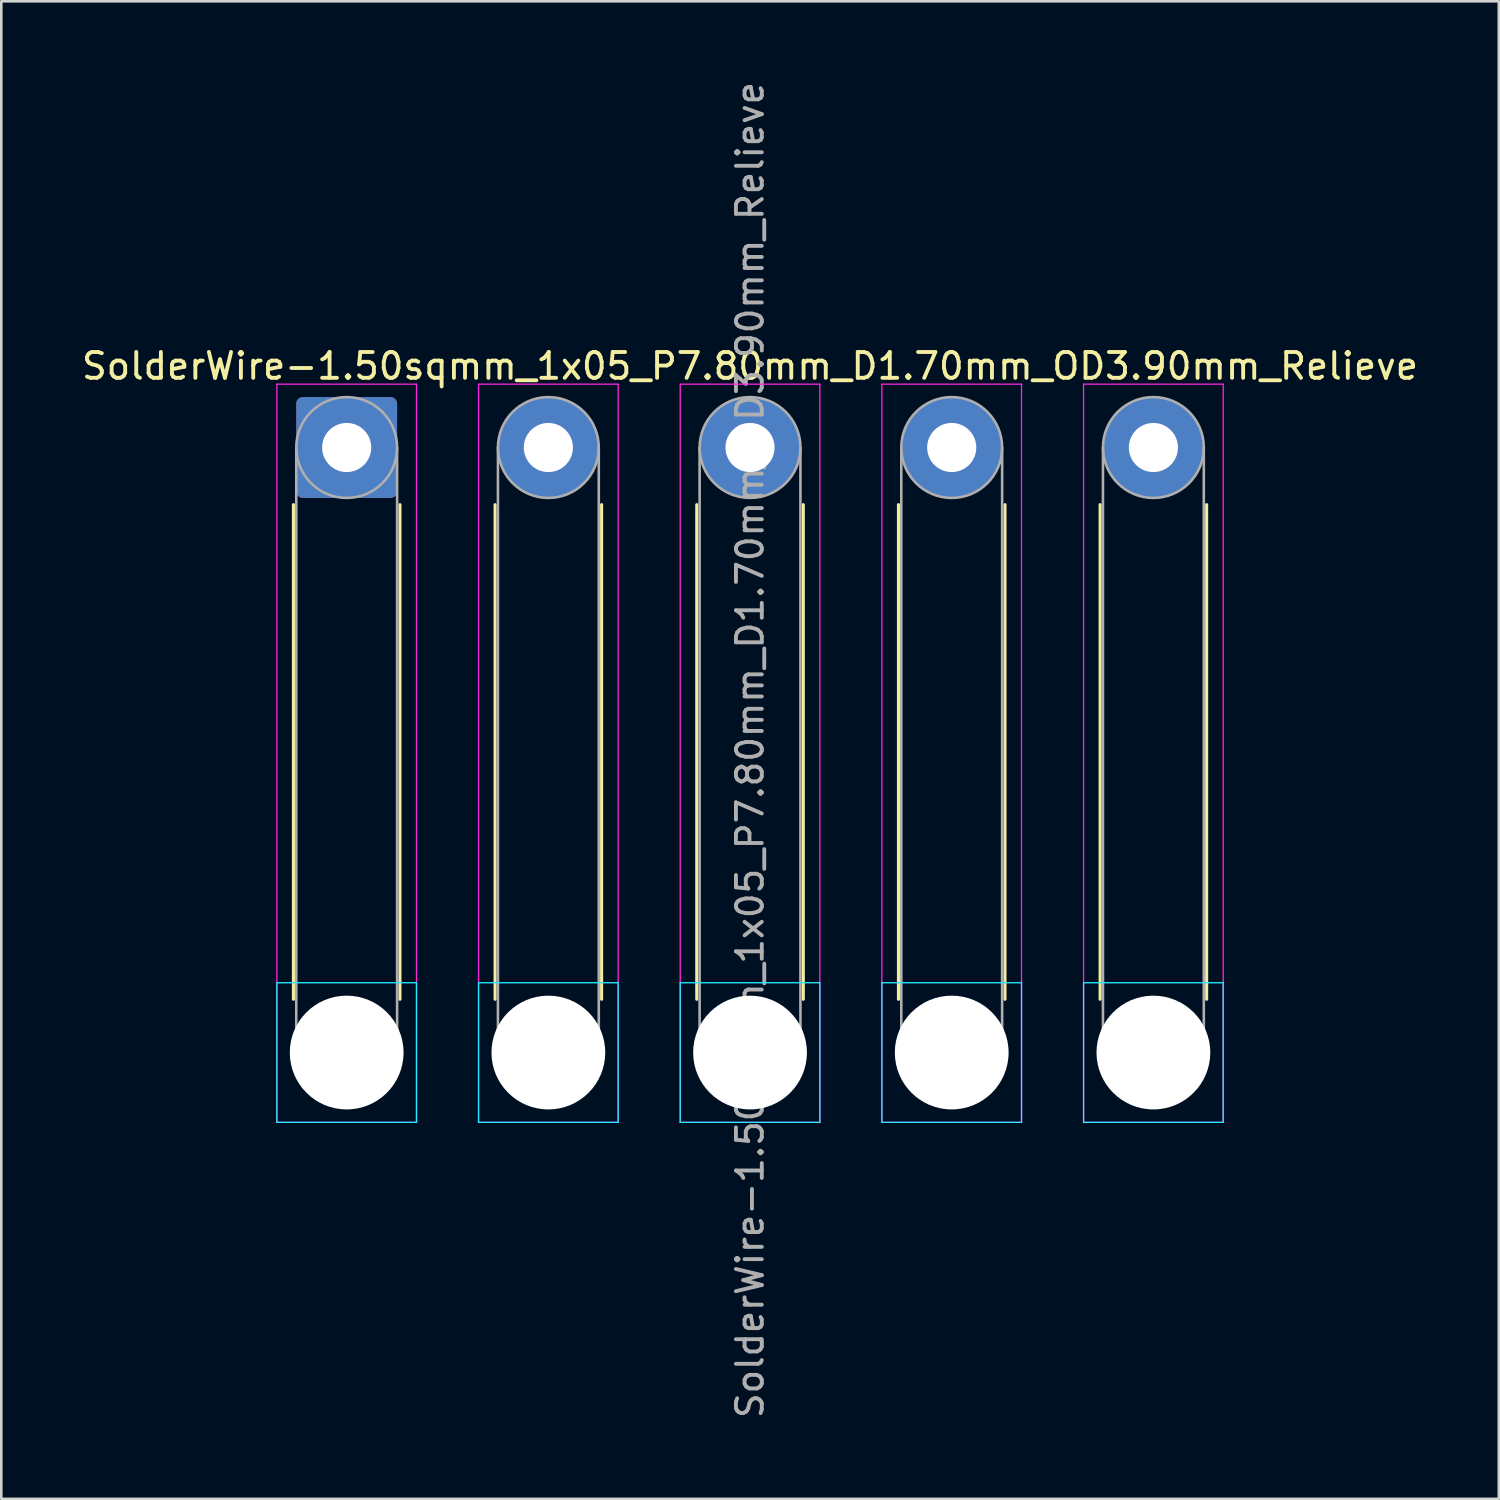
<source format=kicad_pcb>
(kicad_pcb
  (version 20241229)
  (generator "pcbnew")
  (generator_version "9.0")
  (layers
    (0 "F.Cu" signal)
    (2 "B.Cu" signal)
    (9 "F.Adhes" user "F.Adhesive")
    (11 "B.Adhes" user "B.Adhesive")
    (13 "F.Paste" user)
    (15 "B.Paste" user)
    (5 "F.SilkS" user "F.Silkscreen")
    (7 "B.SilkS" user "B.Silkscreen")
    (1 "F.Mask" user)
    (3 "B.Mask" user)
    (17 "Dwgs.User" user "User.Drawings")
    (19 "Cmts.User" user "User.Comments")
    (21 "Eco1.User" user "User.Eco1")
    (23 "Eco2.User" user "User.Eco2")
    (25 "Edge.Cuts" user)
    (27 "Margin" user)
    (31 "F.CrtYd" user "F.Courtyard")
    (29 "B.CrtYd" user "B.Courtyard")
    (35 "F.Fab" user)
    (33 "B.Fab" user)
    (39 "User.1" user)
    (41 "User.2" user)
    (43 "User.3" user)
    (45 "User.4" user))
  (footprint "SolderWire-1.50sqmm_1x05_P7.80mm_D1.70mm_OD3.90mm_Relieve"
    (layer "F.Cu")
    (at 10.358 14.258)
    (property "Reference" "SolderWire-1.50sqmm_1x05_P7.80mm_D1.70mm_OD3.90mm_Relieve" (at 15.6 -3.15 0) (layer "F.SilkS") (effects (font (size 1 1) (thickness 0.15))))
    (attr exclude_from_pos_files exclude_from_bom)
    (fp_line (start -2.06 2.21) (end -2.06 21.34) (stroke (width 0.12) (type solid)) (layer "F.SilkS"))
    (fp_line (start 2.06 2.21) (end 2.06 21.34) (stroke (width 0.12) (type solid)) (layer "F.SilkS"))
    (fp_line (start 5.74 2.21) (end 5.74 21.34) (stroke (width 0.12) (type solid)) (layer "F.SilkS"))
    (fp_line (start 9.86 2.21) (end 9.86 21.34) (stroke (width 0.12) (type solid)) (layer "F.SilkS"))
    (fp_line (start 13.54 2.21) (end 13.54 21.34) (stroke (width 0.12) (type solid)) (layer "F.SilkS"))
    (fp_line (start 17.66 2.21) (end 17.66 21.34) (stroke (width 0.12) (type solid)) (layer "F.SilkS"))
    (fp_line (start 21.34 2.21) (end 21.34 21.34) (stroke (width 0.12) (type solid)) (layer "F.SilkS"))
    (fp_line (start 25.46 2.21) (end 25.46 21.34) (stroke (width 0.12) (type solid)) (layer "F.SilkS"))
    (fp_line (start 29.14 2.21) (end 29.14 21.34) (stroke (width 0.12) (type solid)) (layer "F.SilkS"))
    (fp_line (start 33.26 2.21) (end 33.26 21.34) (stroke (width 0.12) (type solid)) (layer "F.SilkS"))
    (fp_line (start -2.7 20.7) (end -2.7 26.1) (stroke (width 0.05) (type solid)) (layer "B.CrtYd"))
    (fp_line (start -2.7 26.1) (end 2.7 26.1) (stroke (width 0.05) (type solid)) (layer "B.CrtYd"))
    (fp_line (start 2.7 20.7) (end -2.7 20.7) (stroke (width 0.05) (type solid)) (layer "B.CrtYd"))
    (fp_line (start 2.7 26.1) (end 2.7 20.7) (stroke (width 0.05) (type solid)) (layer "B.CrtYd"))
    (fp_line (start 5.1 20.7) (end 5.1 26.1) (stroke (width 0.05) (type solid)) (layer "B.CrtYd"))
    (fp_line (start 5.1 26.1) (end 10.5 26.1) (stroke (width 0.05) (type solid)) (layer "B.CrtYd"))
    (fp_line (start 10.5 20.7) (end 5.1 20.7) (stroke (width 0.05) (type solid)) (layer "B.CrtYd"))
    (fp_line (start 10.5 26.1) (end 10.5 20.7) (stroke (width 0.05) (type solid)) (layer "B.CrtYd"))
    (fp_line (start 12.9 20.7) (end 12.9 26.1) (stroke (width 0.05) (type solid)) (layer "B.CrtYd"))
    (fp_line (start 12.9 26.1) (end 18.3 26.1) (stroke (width 0.05) (type solid)) (layer "B.CrtYd"))
    (fp_line (start 18.3 20.7) (end 12.9 20.7) (stroke (width 0.05) (type solid)) (layer "B.CrtYd"))
    (fp_line (start 18.3 26.1) (end 18.3 20.7) (stroke (width 0.05) (type solid)) (layer "B.CrtYd"))
    (fp_line (start 20.7 20.7) (end 20.7 26.1) (stroke (width 0.05) (type solid)) (layer "B.CrtYd"))
    (fp_line (start 20.7 26.1) (end 26.1 26.1) (stroke (width 0.05) (type solid)) (layer "B.CrtYd"))
    (fp_line (start 26.1 20.7) (end 20.7 20.7) (stroke (width 0.05) (type solid)) (layer "B.CrtYd"))
    (fp_line (start 26.1 26.1) (end 26.1 20.7) (stroke (width 0.05) (type solid)) (layer "B.CrtYd"))
    (fp_line (start 28.5 20.7) (end 28.5 26.1) (stroke (width 0.05) (type solid)) (layer "B.CrtYd"))
    (fp_line (start 28.5 26.1) (end 33.9 26.1) (stroke (width 0.05) (type solid)) (layer "B.CrtYd"))
    (fp_line (start 33.9 20.7) (end 28.5 20.7) (stroke (width 0.05) (type solid)) (layer "B.CrtYd"))
    (fp_line (start 33.9 26.1) (end 33.9 20.7) (stroke (width 0.05) (type solid)) (layer "B.CrtYd"))
    (fp_line (start -2.7 -2.45) (end -2.7 26.1) (stroke (width 0.05) (type solid)) (layer "F.CrtYd"))
    (fp_line (start -2.7 26.1) (end 2.7 26.1) (stroke (width 0.05) (type solid)) (layer "F.CrtYd"))
    (fp_line (start 2.7 -2.45) (end -2.7 -2.45) (stroke (width 0.05) (type solid)) (layer "F.CrtYd"))
    (fp_line (start 2.7 26.1) (end 2.7 -2.45) (stroke (width 0.05) (type solid)) (layer "F.CrtYd"))
    (fp_line (start 5.1 -2.45) (end 5.1 26.1) (stroke (width 0.05) (type solid)) (layer "F.CrtYd"))
    (fp_line (start 5.1 26.1) (end 10.5 26.1) (stroke (width 0.05) (type solid)) (layer "F.CrtYd"))
    (fp_line (start 10.5 -2.45) (end 5.1 -2.45) (stroke (width 0.05) (type solid)) (layer "F.CrtYd"))
    (fp_line (start 10.5 26.1) (end 10.5 -2.45) (stroke (width 0.05) (type solid)) (layer "F.CrtYd"))
    (fp_line (start 12.9 -2.45) (end 12.9 26.1) (stroke (width 0.05) (type solid)) (layer "F.CrtYd"))
    (fp_line (start 12.9 26.1) (end 18.3 26.1) (stroke (width 0.05) (type solid)) (layer "F.CrtYd"))
    (fp_line (start 18.3 -2.45) (end 12.9 -2.45) (stroke (width 0.05) (type solid)) (layer "F.CrtYd"))
    (fp_line (start 18.3 26.1) (end 18.3 -2.45) (stroke (width 0.05) (type solid)) (layer "F.CrtYd"))
    (fp_line (start 20.7 -2.45) (end 20.7 26.1) (stroke (width 0.05) (type solid)) (layer "F.CrtYd"))
    (fp_line (start 20.7 26.1) (end 26.1 26.1) (stroke (width 0.05) (type solid)) (layer "F.CrtYd"))
    (fp_line (start 26.1 -2.45) (end 20.7 -2.45) (stroke (width 0.05) (type solid)) (layer "F.CrtYd"))
    (fp_line (start 26.1 26.1) (end 26.1 -2.45) (stroke (width 0.05) (type solid)) (layer "F.CrtYd"))
    (fp_line (start 28.5 -2.45) (end 28.5 26.1) (stroke (width 0.05) (type solid)) (layer "F.CrtYd"))
    (fp_line (start 28.5 26.1) (end 33.9 26.1) (stroke (width 0.05) (type solid)) (layer "F.CrtYd"))
    (fp_line (start 33.9 -2.45) (end 28.5 -2.45) (stroke (width 0.05) (type solid)) (layer "F.CrtYd"))
    (fp_line (start 33.9 26.1) (end 33.9 -2.45) (stroke (width 0.05) (type solid)) (layer "F.CrtYd"))
    (fp_line (start -1.95 0) (end -1.95 23.4) (stroke (width 0.1) (type solid)) (layer "F.Fab"))
    (fp_line (start 1.95 0) (end 1.95 23.4) (stroke (width 0.1) (type solid)) (layer "F.Fab"))
    (fp_line (start 5.85 0) (end 5.85 23.4) (stroke (width 0.1) (type solid)) (layer "F.Fab"))
    (fp_line (start 9.75 0) (end 9.75 23.4) (stroke (width 0.1) (type solid)) (layer "F.Fab"))
    (fp_line (start 13.65 0) (end 13.65 23.4) (stroke (width 0.1) (type solid)) (layer "F.Fab"))
    (fp_line (start 17.55 0) (end 17.55 23.4) (stroke (width 0.1) (type solid)) (layer "F.Fab"))
    (fp_line (start 21.45 0) (end 21.45 23.4) (stroke (width 0.1) (type solid)) (layer "F.Fab"))
    (fp_line (start 25.35 0) (end 25.35 23.4) (stroke (width 0.1) (type solid)) (layer "F.Fab"))
    (fp_line (start 29.25 0) (end 29.25 23.4) (stroke (width 0.1) (type solid)) (layer "F.Fab"))
    (fp_line (start 33.15 0) (end 33.15 23.4) (stroke (width 0.1) (type solid)) (layer "F.Fab"))
    (fp_circle (center 0 0) (end 1.95 0) (stroke (width 0.1) (type solid)) (fill no) (layer "F.Fab"))
    (fp_circle (center 0 23.4) (end 1.95 23.4) (stroke (width 0.1) (type solid)) (fill no) (layer "F.Fab"))
    (fp_circle (center 7.8 0) (end 9.75 0) (stroke (width 0.1) (type solid)) (fill no) (layer "F.Fab"))
    (fp_circle (center 7.8 23.4) (end 9.75 23.4) (stroke (width 0.1) (type solid)) (fill no) (layer "F.Fab"))
    (fp_circle (center 15.6 0) (end 17.55 0) (stroke (width 0.1) (type solid)) (fill no) (layer "F.Fab"))
    (fp_circle (center 15.6 23.4) (end 17.55 23.4) (stroke (width 0.1) (type solid)) (fill no) (layer "F.Fab"))
    (fp_circle (center 23.4 0) (end 25.35 0) (stroke (width 0.1) (type solid)) (fill no) (layer "F.Fab"))
    (fp_circle (center 23.4 23.4) (end 25.35 23.4) (stroke (width 0.1) (type solid)) (fill no) (layer "F.Fab"))
    (fp_circle (center 31.2 0) (end 33.15 0) (stroke (width 0.1) (type solid)) (fill no) (layer "F.Fab"))
    (fp_circle (center 31.2 23.4) (end 33.15 23.4) (stroke (width 0.1) (type solid)) (fill no) (layer "F.Fab"))
    (fp_text user "${REFERENCE}" (at 15.6 11.7 90) (layer "F.Fab") (effects (font (size 1 1) (thickness 0.15))))
    (pad "" np_thru_hole circle (at 0 23.4) (size 4.4 4.4) (drill 4.4) (layers "*.Cu" "*.Mask"))
    (pad "" np_thru_hole circle (at 7.8 23.4) (size 4.4 4.4) (drill 4.4) (layers "*.Cu" "*.Mask"))
    (pad "" np_thru_hole circle (at 15.6 23.4) (size 4.4 4.4) (drill 4.4) (layers "*.Cu" "*.Mask"))
    (pad "" np_thru_hole circle (at 23.4 23.4) (size 4.4 4.4) (drill 4.4) (layers "*.Cu" "*.Mask"))
    (pad "" np_thru_hole circle (at 31.2 23.4) (size 4.4 4.4) (drill 4.4) (layers "*.Cu" "*.Mask"))
    (pad "1" thru_hole roundrect (at 0 0) (size 3.9 3.9) (drill 1.9) (layers "*.Cu" "*.Mask") (roundrect_rratio 0.064))
    (pad "2" thru_hole circle (at 7.8 0) (size 3.9 3.9) (drill 1.9) (layers "*.Cu" "*.Mask"))
    (pad "3" thru_hole circle (at 15.6 0) (size 3.9 3.9) (drill 1.9) (layers "*.Cu" "*.Mask"))
    (pad "4" thru_hole circle (at 23.4 0) (size 3.9 3.9) (drill 1.9) (layers "*.Cu" "*.Mask"))
    (pad "5" thru_hole circle (at 31.2 0) (size 3.9 3.9) (drill 1.9) (layers "*.Cu" "*.Mask")))
  (gr_rect
    (start -3 -3)
    (end 54.917 54.917)
    (stroke (width 0.1) (type default))
    (fill no)
    (layer "Edge.Cuts")))
</source>
